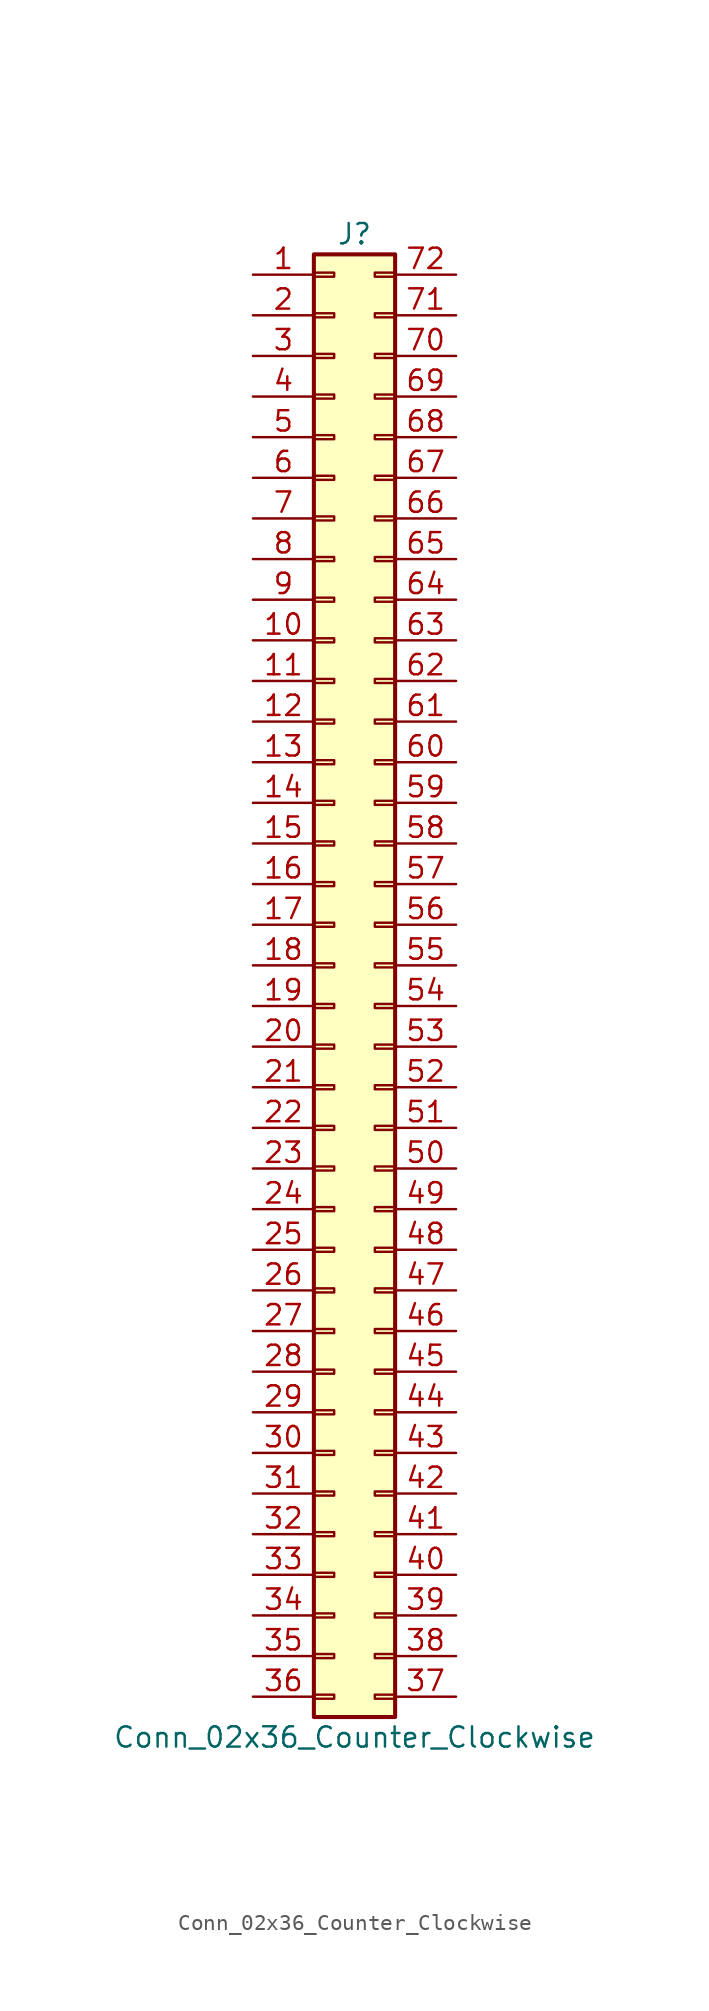
<source format=kicad_sym>
(kicad_symbol_lib
  (version 20201005)
  (generator kicad_symbol_editor)
  (symbol "Conn_02x36_Counter_Clockwise"
    (pin_names
      (offset 1.016) hide)
    (property "Reference" "J"
      (at 1.27 45.72 0)
      (effects (font (size 1.27 1.27))))
    (property "Value" "Conn_02x36_Counter_Clockwise"
      (at 1.27 -48.26 0)
      (effects (font (size 1.27 1.27))))
    (symbol "Conn_02x36_Counter_Clockwise_1_1"
      (rectangle (start -1.27 -45.593) (end 0 -45.847) (stroke (width 0.152)) (fill (type none)))
      (rectangle (start -1.27 -43.053) (end 0 -43.307) (stroke (width 0.152)) (fill (type none)))
      (rectangle (start -1.27 -40.513) (end 0 -40.767) (stroke (width 0.152)) (fill (type none)))
      (rectangle (start -1.27 -37.973) (end 0 -38.227) (stroke (width 0.152)) (fill (type none)))
      (rectangle (start -1.27 -35.433) (end 0 -35.687) (stroke (width 0.152)) (fill (type none)))
      (rectangle (start -1.27 -32.893) (end 0 -33.147) (stroke (width 0.152)) (fill (type none)))
      (rectangle (start -1.27 -30.353) (end 0 -30.607) (stroke (width 0.152)) (fill (type none)))
      (rectangle (start -1.27 -27.813) (end 0 -28.067) (stroke (width 0.152)) (fill (type none)))
      (rectangle (start -1.27 -25.273) (end 0 -25.527) (stroke (width 0.152)) (fill (type none)))
      (rectangle (start -1.27 -22.733) (end 0 -22.987) (stroke (width 0.152)) (fill (type none)))
      (rectangle (start -1.27 -20.193) (end 0 -20.447) (stroke (width 0.152)) (fill (type none)))
      (rectangle (start -1.27 -17.653) (end 0 -17.907) (stroke (width 0.152)) (fill (type none)))
      (rectangle (start -1.27 -15.113) (end 0 -15.367) (stroke (width 0.152)) (fill (type none)))
      (rectangle (start -1.27 -12.573) (end 0 -12.827) (stroke (width 0.152)) (fill (type none)))
      (rectangle (start -1.27 -10.033) (end 0 -10.287) (stroke (width 0.152)) (fill (type none)))
      (rectangle (start -1.27 -7.493) (end 0 -7.747) (stroke (width 0.152)) (fill (type none)))
      (rectangle (start -1.27 -4.953) (end 0 -5.207) (stroke (width 0.152)) (fill (type none)))
      (rectangle (start -1.27 -2.413) (end 0 -2.667) (stroke (width 0.152)) (fill (type none)))
      (rectangle (start -1.27 0.127) (end 0 -0.127) (stroke (width 0.152)) (fill (type none)))
      (rectangle (start -1.27 2.667) (end 0 2.413) (stroke (width 0.152)) (fill (type none)))
      (rectangle (start -1.27 5.207) (end 0 4.953) (stroke (width 0.152)) (fill (type none)))
      (rectangle (start -1.27 7.747) (end 0 7.493) (stroke (width 0.152)) (fill (type none)))
      (rectangle (start -1.27 10.287) (end 0 10.033) (stroke (width 0.152)) (fill (type none)))
      (rectangle (start -1.27 12.827) (end 0 12.573) (stroke (width 0.152)) (fill (type none)))
      (rectangle (start -1.27 15.367) (end 0 15.113) (stroke (width 0.152)) (fill (type none)))
      (rectangle (start -1.27 17.907) (end 0 17.653) (stroke (width 0.152)) (fill (type none)))
      (rectangle (start -1.27 20.447) (end 0 20.193) (stroke (width 0.152)) (fill (type none)))
      (rectangle (start -1.27 22.987) (end 0 22.733) (stroke (width 0.152)) (fill (type none)))
      (rectangle (start -1.27 25.527) (end 0 25.273) (stroke (width 0.152)) (fill (type none)))
      (rectangle (start -1.27 28.067) (end 0 27.813) (stroke (width 0.152)) (fill (type none)))
      (rectangle (start -1.27 30.607) (end 0 30.353) (stroke (width 0.152)) (fill (type none)))
      (rectangle (start -1.27 33.147) (end 0 32.893) (stroke (width 0.152)) (fill (type none)))
      (rectangle (start -1.27 35.687) (end 0 35.433) (stroke (width 0.152)) (fill (type none)))
      (rectangle (start -1.27 38.227) (end 0 37.973) (stroke (width 0.152)) (fill (type none)))
      (rectangle (start -1.27 40.767) (end 0 40.513) (stroke (width 0.152)) (fill (type none)))
      (rectangle (start -1.27 43.307) (end 0 43.053) (stroke (width 0.152)) (fill (type none)))
      (rectangle (start -1.27 44.45) (end 3.81 -46.99) (stroke (width 0.254)) (fill (type background)))
      (rectangle (start 3.81 -45.593) (end 2.54 -45.847) (stroke (width 0.152)) (fill (type none)))
      (rectangle (start 3.81 -43.053) (end 2.54 -43.307) (stroke (width 0.152)) (fill (type none)))
      (rectangle (start 3.81 -40.513) (end 2.54 -40.767) (stroke (width 0.152)) (fill (type none)))
      (rectangle (start 3.81 -37.973) (end 2.54 -38.227) (stroke (width 0.152)) (fill (type none)))
      (rectangle (start 3.81 -35.433) (end 2.54 -35.687) (stroke (width 0.152)) (fill (type none)))
      (rectangle (start 3.81 -32.893) (end 2.54 -33.147) (stroke (width 0.152)) (fill (type none)))
      (rectangle (start 3.81 -30.353) (end 2.54 -30.607) (stroke (width 0.152)) (fill (type none)))
      (rectangle (start 3.81 -27.813) (end 2.54 -28.067) (stroke (width 0.152)) (fill (type none)))
      (rectangle (start 3.81 -25.273) (end 2.54 -25.527) (stroke (width 0.152)) (fill (type none)))
      (rectangle (start 3.81 -22.733) (end 2.54 -22.987) (stroke (width 0.152)) (fill (type none)))
      (rectangle (start 3.81 -20.193) (end 2.54 -20.447) (stroke (width 0.152)) (fill (type none)))
      (rectangle (start 3.81 -17.653) (end 2.54 -17.907) (stroke (width 0.152)) (fill (type none)))
      (rectangle (start 3.81 -15.113) (end 2.54 -15.367) (stroke (width 0.152)) (fill (type none)))
      (rectangle (start 3.81 -12.573) (end 2.54 -12.827) (stroke (width 0.152)) (fill (type none)))
      (rectangle (start 3.81 -10.033) (end 2.54 -10.287) (stroke (width 0.152)) (fill (type none)))
      (rectangle (start 3.81 -7.493) (end 2.54 -7.747) (stroke (width 0.152)) (fill (type none)))
      (rectangle (start 3.81 -4.953) (end 2.54 -5.207) (stroke (width 0.152)) (fill (type none)))
      (rectangle (start 3.81 -2.413) (end 2.54 -2.667) (stroke (width 0.152)) (fill (type none)))
      (rectangle (start 3.81 0.127) (end 2.54 -0.127) (stroke (width 0.152)) (fill (type none)))
      (rectangle (start 3.81 2.667) (end 2.54 2.413) (stroke (width 0.152)) (fill (type none)))
      (rectangle (start 3.81 5.207) (end 2.54 4.953) (stroke (width 0.152)) (fill (type none)))
      (rectangle (start 3.81 7.747) (end 2.54 7.493) (stroke (width 0.152)) (fill (type none)))
      (rectangle (start 3.81 10.287) (end 2.54 10.033) (stroke (width 0.152)) (fill (type none)))
      (rectangle (start 3.81 12.827) (end 2.54 12.573) (stroke (width 0.152)) (fill (type none)))
      (rectangle (start 3.81 15.367) (end 2.54 15.113) (stroke (width 0.152)) (fill (type none)))
      (rectangle (start 3.81 17.907) (end 2.54 17.653) (stroke (width 0.152)) (fill (type none)))
      (rectangle (start 3.81 20.447) (end 2.54 20.193) (stroke (width 0.152)) (fill (type none)))
      (rectangle (start 3.81 22.987) (end 2.54 22.733) (stroke (width 0.152)) (fill (type none)))
      (rectangle (start 3.81 25.527) (end 2.54 25.273) (stroke (width 0.152)) (fill (type none)))
      (rectangle (start 3.81 28.067) (end 2.54 27.813) (stroke (width 0.152)) (fill (type none)))
      (rectangle (start 3.81 30.607) (end 2.54 30.353) (stroke (width 0.152)) (fill (type none)))
      (rectangle (start 3.81 33.147) (end 2.54 32.893) (stroke (width 0.152)) (fill (type none)))
      (rectangle (start 3.81 35.687) (end 2.54 35.433) (stroke (width 0.152)) (fill (type none)))
      (rectangle (start 3.81 38.227) (end 2.54 37.973) (stroke (width 0.152)) (fill (type none)))
      (rectangle (start 3.81 40.767) (end 2.54 40.513) (stroke (width 0.152)) (fill (type none)))
      (rectangle (start 3.81 43.307) (end 2.54 43.053) (stroke (width 0.152)) (fill (type none)))
      (pin passive line (at -5.08 43.18 0) (length 3.81) (name "Pin_1" (effects (font (size 1.27 1.27)))) (number "1" (effects (font (size 1.27 1.27)))))
      (pin passive line (at -5.08 20.32 0) (length 3.81) (name "Pin_10" (effects (font (size 1.27 1.27)))) (number "10" (effects (font (size 1.27 1.27)))))
      (pin passive line (at -5.08 17.78 0) (length 3.81) (name "Pin_11" (effects (font (size 1.27 1.27)))) (number "11" (effects (font (size 1.27 1.27)))))
      (pin passive line (at -5.08 15.24 0) (length 3.81) (name "Pin_12" (effects (font (size 1.27 1.27)))) (number "12" (effects (font (size 1.27 1.27)))))
      (pin passive line (at -5.08 12.7 0) (length 3.81) (name "Pin_13" (effects (font (size 1.27 1.27)))) (number "13" (effects (font (size 1.27 1.27)))))
      (pin passive line (at -5.08 10.16 0) (length 3.81) (name "Pin_14" (effects (font (size 1.27 1.27)))) (number "14" (effects (font (size 1.27 1.27)))))
      (pin passive line (at -5.08 7.62 0) (length 3.81) (name "Pin_15" (effects (font (size 1.27 1.27)))) (number "15" (effects (font (size 1.27 1.27)))))
      (pin passive line (at -5.08 5.08 0) (length 3.81) (name "Pin_16" (effects (font (size 1.27 1.27)))) (number "16" (effects (font (size 1.27 1.27)))))
      (pin passive line (at -5.08 2.54 0) (length 3.81) (name "Pin_17" (effects (font (size 1.27 1.27)))) (number "17" (effects (font (size 1.27 1.27)))))
      (pin passive line (at -5.08 0 0) (length 3.81) (name "Pin_18" (effects (font (size 1.27 1.27)))) (number "18" (effects (font (size 1.27 1.27)))))
      (pin passive line (at -5.08 -2.54 0) (length 3.81) (name "Pin_19" (effects (font (size 1.27 1.27)))) (number "19" (effects (font (size 1.27 1.27)))))
      (pin passive line (at -5.08 40.64 0) (length 3.81) (name "Pin_2" (effects (font (size 1.27 1.27)))) (number "2" (effects (font (size 1.27 1.27)))))
      (pin passive line (at -5.08 -5.08 0) (length 3.81) (name "Pin_20" (effects (font (size 1.27 1.27)))) (number "20" (effects (font (size 1.27 1.27)))))
      (pin passive line (at -5.08 -7.62 0) (length 3.81) (name "Pin_21" (effects (font (size 1.27 1.27)))) (number "21" (effects (font (size 1.27 1.27)))))
      (pin passive line (at -5.08 -10.16 0) (length 3.81) (name "Pin_22" (effects (font (size 1.27 1.27)))) (number "22" (effects (font (size 1.27 1.27)))))
      (pin passive line (at -5.08 -12.7 0) (length 3.81) (name "Pin_23" (effects (font (size 1.27 1.27)))) (number "23" (effects (font (size 1.27 1.27)))))
      (pin passive line (at -5.08 -15.24 0) (length 3.81) (name "Pin_24" (effects (font (size 1.27 1.27)))) (number "24" (effects (font (size 1.27 1.27)))))
      (pin passive line (at -5.08 -17.78 0) (length 3.81) (name "Pin_25" (effects (font (size 1.27 1.27)))) (number "25" (effects (font (size 1.27 1.27)))))
      (pin passive line (at -5.08 -20.32 0) (length 3.81) (name "Pin_26" (effects (font (size 1.27 1.27)))) (number "26" (effects (font (size 1.27 1.27)))))
      (pin passive line (at -5.08 -22.86 0) (length 3.81) (name "Pin_27" (effects (font (size 1.27 1.27)))) (number "27" (effects (font (size 1.27 1.27)))))
      (pin passive line (at -5.08 -25.4 0) (length 3.81) (name "Pin_28" (effects (font (size 1.27 1.27)))) (number "28" (effects (font (size 1.27 1.27)))))
      (pin passive line (at -5.08 -27.94 0) (length 3.81) (name "Pin_29" (effects (font (size 1.27 1.27)))) (number "29" (effects (font (size 1.27 1.27)))))
      (pin passive line (at -5.08 38.1 0) (length 3.81) (name "Pin_3" (effects (font (size 1.27 1.27)))) (number "3" (effects (font (size 1.27 1.27)))))
      (pin passive line (at -5.08 -30.48 0) (length 3.81) (name "Pin_30" (effects (font (size 1.27 1.27)))) (number "30" (effects (font (size 1.27 1.27)))))
      (pin passive line (at -5.08 -33.02 0) (length 3.81) (name "Pin_31" (effects (font (size 1.27 1.27)))) (number "31" (effects (font (size 1.27 1.27)))))
      (pin passive line (at -5.08 -35.56 0) (length 3.81) (name "Pin_32" (effects (font (size 1.27 1.27)))) (number "32" (effects (font (size 1.27 1.27)))))
      (pin passive line (at -5.08 -38.1 0) (length 3.81) (name "Pin_33" (effects (font (size 1.27 1.27)))) (number "33" (effects (font (size 1.27 1.27)))))
      (pin passive line (at -5.08 -40.64 0) (length 3.81) (name "Pin_34" (effects (font (size 1.27 1.27)))) (number "34" (effects (font (size 1.27 1.27)))))
      (pin passive line (at -5.08 -43.18 0) (length 3.81) (name "Pin_35" (effects (font (size 1.27 1.27)))) (number "35" (effects (font (size 1.27 1.27)))))
      (pin passive line (at -5.08 -45.72 0) (length 3.81) (name "Pin_36" (effects (font (size 1.27 1.27)))) (number "36" (effects (font (size 1.27 1.27)))))
      (pin passive line (at 7.62 -45.72 180) (length 3.81) (name "Pin_37" (effects (font (size 1.27 1.27)))) (number "37" (effects (font (size 1.27 1.27)))))
      (pin passive line (at 7.62 -43.18 180) (length 3.81) (name "Pin_38" (effects (font (size 1.27 1.27)))) (number "38" (effects (font (size 1.27 1.27)))))
      (pin passive line (at 7.62 -40.64 180) (length 3.81) (name "Pin_39" (effects (font (size 1.27 1.27)))) (number "39" (effects (font (size 1.27 1.27)))))
      (pin passive line (at -5.08 35.56 0) (length 3.81) (name "Pin_4" (effects (font (size 1.27 1.27)))) (number "4" (effects (font (size 1.27 1.27)))))
      (pin passive line (at 7.62 -38.1 180) (length 3.81) (name "Pin_40" (effects (font (size 1.27 1.27)))) (number "40" (effects (font (size 1.27 1.27)))))
      (pin passive line (at 7.62 -35.56 180) (length 3.81) (name "Pin_41" (effects (font (size 1.27 1.27)))) (number "41" (effects (font (size 1.27 1.27)))))
      (pin passive line (at 7.62 -33.02 180) (length 3.81) (name "Pin_42" (effects (font (size 1.27 1.27)))) (number "42" (effects (font (size 1.27 1.27)))))
      (pin passive line (at 7.62 -30.48 180) (length 3.81) (name "Pin_43" (effects (font (size 1.27 1.27)))) (number "43" (effects (font (size 1.27 1.27)))))
      (pin passive line (at 7.62 -27.94 180) (length 3.81) (name "Pin_44" (effects (font (size 1.27 1.27)))) (number "44" (effects (font (size 1.27 1.27)))))
      (pin passive line (at 7.62 -25.4 180) (length 3.81) (name "Pin_45" (effects (font (size 1.27 1.27)))) (number "45" (effects (font (size 1.27 1.27)))))
      (pin passive line (at 7.62 -22.86 180) (length 3.81) (name "Pin_46" (effects (font (size 1.27 1.27)))) (number "46" (effects (font (size 1.27 1.27)))))
      (pin passive line (at 7.62 -20.32 180) (length 3.81) (name "Pin_47" (effects (font (size 1.27 1.27)))) (number "47" (effects (font (size 1.27 1.27)))))
      (pin passive line (at 7.62 -17.78 180) (length 3.81) (name "Pin_48" (effects (font (size 1.27 1.27)))) (number "48" (effects (font (size 1.27 1.27)))))
      (pin passive line (at 7.62 -15.24 180) (length 3.81) (name "Pin_49" (effects (font (size 1.27 1.27)))) (number "49" (effects (font (size 1.27 1.27)))))
      (pin passive line (at -5.08 33.02 0) (length 3.81) (name "Pin_5" (effects (font (size 1.27 1.27)))) (number "5" (effects (font (size 1.27 1.27)))))
      (pin passive line (at 7.62 -12.7 180) (length 3.81) (name "Pin_50" (effects (font (size 1.27 1.27)))) (number "50" (effects (font (size 1.27 1.27)))))
      (pin passive line (at 7.62 -10.16 180) (length 3.81) (name "Pin_51" (effects (font (size 1.27 1.27)))) (number "51" (effects (font (size 1.27 1.27)))))
      (pin passive line (at 7.62 -7.62 180) (length 3.81) (name "Pin_52" (effects (font (size 1.27 1.27)))) (number "52" (effects (font (size 1.27 1.27)))))
      (pin passive line (at 7.62 -5.08 180) (length 3.81) (name "Pin_53" (effects (font (size 1.27 1.27)))) (number "53" (effects (font (size 1.27 1.27)))))
      (pin passive line (at 7.62 -2.54 180) (length 3.81) (name "Pin_54" (effects (font (size 1.27 1.27)))) (number "54" (effects (font (size 1.27 1.27)))))
      (pin passive line (at 7.62 0 180) (length 3.81) (name "Pin_55" (effects (font (size 1.27 1.27)))) (number "55" (effects (font (size 1.27 1.27)))))
      (pin passive line (at 7.62 2.54 180) (length 3.81) (name "Pin_56" (effects (font (size 1.27 1.27)))) (number "56" (effects (font (size 1.27 1.27)))))
      (pin passive line (at 7.62 5.08 180) (length 3.81) (name "Pin_57" (effects (font (size 1.27 1.27)))) (number "57" (effects (font (size 1.27 1.27)))))
      (pin passive line (at 7.62 7.62 180) (length 3.81) (name "Pin_58" (effects (font (size 1.27 1.27)))) (number "58" (effects (font (size 1.27 1.27)))))
      (pin passive line (at 7.62 10.16 180) (length 3.81) (name "Pin_59" (effects (font (size 1.27 1.27)))) (number "59" (effects (font (size 1.27 1.27)))))
      (pin passive line (at -5.08 30.48 0) (length 3.81) (name "Pin_6" (effects (font (size 1.27 1.27)))) (number "6" (effects (font (size 1.27 1.27)))))
      (pin passive line (at 7.62 12.7 180) (length 3.81) (name "Pin_60" (effects (font (size 1.27 1.27)))) (number "60" (effects (font (size 1.27 1.27)))))
      (pin passive line (at 7.62 15.24 180) (length 3.81) (name "Pin_61" (effects (font (size 1.27 1.27)))) (number "61" (effects (font (size 1.27 1.27)))))
      (pin passive line (at 7.62 17.78 180) (length 3.81) (name "Pin_62" (effects (font (size 1.27 1.27)))) (number "62" (effects (font (size 1.27 1.27)))))
      (pin passive line (at 7.62 20.32 180) (length 3.81) (name "Pin_63" (effects (font (size 1.27 1.27)))) (number "63" (effects (font (size 1.27 1.27)))))
      (pin passive line (at 7.62 22.86 180) (length 3.81) (name "Pin_64" (effects (font (size 1.27 1.27)))) (number "64" (effects (font (size 1.27 1.27)))))
      (pin passive line (at 7.62 25.4 180) (length 3.81) (name "Pin_65" (effects (font (size 1.27 1.27)))) (number "65" (effects (font (size 1.27 1.27)))))
      (pin passive line (at 7.62 27.94 180) (length 3.81) (name "Pin_66" (effects (font (size 1.27 1.27)))) (number "66" (effects (font (size 1.27 1.27)))))
      (pin passive line (at 7.62 30.48 180) (length 3.81) (name "Pin_67" (effects (font (size 1.27 1.27)))) (number "67" (effects (font (size 1.27 1.27)))))
      (pin passive line (at 7.62 33.02 180) (length 3.81) (name "Pin_68" (effects (font (size 1.27 1.27)))) (number "68" (effects (font (size 1.27 1.27)))))
      (pin passive line (at 7.62 35.56 180) (length 3.81) (name "Pin_69" (effects (font (size 1.27 1.27)))) (number "69" (effects (font (size 1.27 1.27)))))
      (pin passive line (at -5.08 27.94 0) (length 3.81) (name "Pin_7" (effects (font (size 1.27 1.27)))) (number "7" (effects (font (size 1.27 1.27)))))
      (pin passive line (at 7.62 38.1 180) (length 3.81) (name "Pin_70" (effects (font (size 1.27 1.27)))) (number "70" (effects (font (size 1.27 1.27)))))
      (pin passive line (at 7.62 40.64 180) (length 3.81) (name "Pin_71" (effects (font (size 1.27 1.27)))) (number "71" (effects (font (size 1.27 1.27)))))
      (pin passive line (at 7.62 43.18 180) (length 3.81) (name "Pin_72" (effects (font (size 1.27 1.27)))) (number "72" (effects (font (size 1.27 1.27)))))
      (pin passive line (at -5.08 25.4 0) (length 3.81) (name "Pin_8" (effects (font (size 1.27 1.27)))) (number "8" (effects (font (size 1.27 1.27)))))
      (pin passive line (at -5.08 22.86 0) (length 3.81) (name "Pin_9" (effects (font (size 1.27 1.27)))) (number "9" (effects (font (size 1.27 1.27))))))))
</source>
